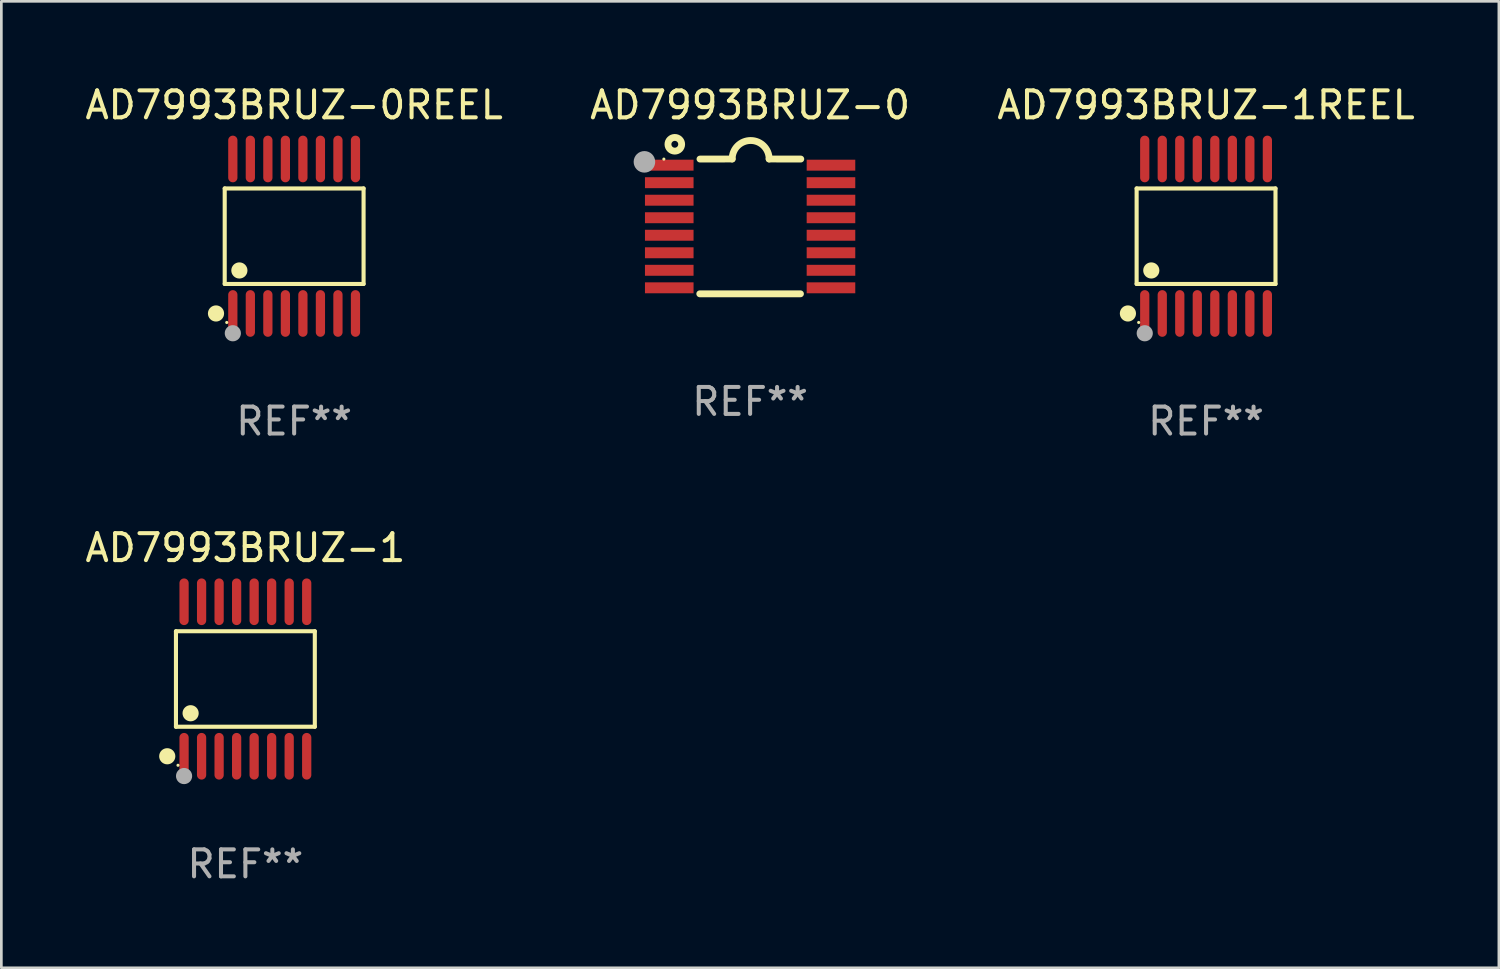
<source format=kicad_pcb>
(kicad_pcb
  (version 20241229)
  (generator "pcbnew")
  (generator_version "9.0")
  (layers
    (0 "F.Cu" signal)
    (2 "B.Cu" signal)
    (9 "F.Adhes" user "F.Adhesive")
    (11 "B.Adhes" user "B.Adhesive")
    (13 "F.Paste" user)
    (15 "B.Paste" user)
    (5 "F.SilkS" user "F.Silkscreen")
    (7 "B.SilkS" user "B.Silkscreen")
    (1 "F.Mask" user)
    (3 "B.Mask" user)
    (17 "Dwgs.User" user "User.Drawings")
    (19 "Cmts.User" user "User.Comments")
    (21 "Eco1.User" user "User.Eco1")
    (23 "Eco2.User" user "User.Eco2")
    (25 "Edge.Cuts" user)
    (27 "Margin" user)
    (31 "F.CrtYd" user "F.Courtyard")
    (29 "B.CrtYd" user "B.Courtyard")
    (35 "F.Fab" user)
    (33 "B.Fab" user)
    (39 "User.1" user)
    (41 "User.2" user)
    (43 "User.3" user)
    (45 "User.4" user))
  (footprint "AD7993BRUZ-1REEL"
    (layer "F.Cu")
    (at 41.696 5.714)
    (property "Reference" "AD7993BRUZ-1REEL" (at 0 -4.866 0) (layer "F.SilkS") (effects (font (size 1 1) (thickness 0.15))))
    (attr through_hole)
    (fp_line (start -2.576 -1.772) (end 2.576 -1.772) (stroke (width 0.152) (type solid)) (layer "F.SilkS"))
    (fp_line (start -2.576 1.771) (end -2.576 -1.772) (stroke (width 0.152) (type solid)) (layer "F.SilkS"))
    (fp_line (start 2.576 -1.772) (end 2.576 1.771) (stroke (width 0.152) (type solid)) (layer "F.SilkS"))
    (fp_line (start 2.576 1.771) (end -2.576 1.771) (stroke (width 0.152) (type solid)) (layer "F.SilkS"))
    (fp_circle (center -2.899 2.866) (end -2.749 2.866) (stroke (width 0.3) (type solid)) (fill no) (layer "F.SilkS"))
    (fp_circle (center -2.5 3.2) (end -2.47 3.2) (stroke (width 0.06) (type solid)) (fill no) (layer "F.SilkS"))
    (fp_circle (center -2.032 1.27) (end -1.882 1.27) (stroke (width 0.3) (type solid)) (fill no) (layer "F.SilkS"))
    (fp_circle (center -2.275 3.6) (end -2.125 3.6) (stroke (width 0.3) (type solid)) (fill no) (layer "F.Fab"))
    (fp_text user "REF**" (at 0 6.866 0) (layer "F.Fab") (effects (font (size 1 1) (thickness 0.15))))
    (pad "1" smd oval (at -2.275 2.866) (size 0.343 1.731) (layers "F.Cu" "F.Mask" "F.Paste"))
    (pad "2" smd oval (at -1.625 2.866) (size 0.343 1.731) (layers "F.Cu" "F.Mask" "F.Paste"))
    (pad "3" smd oval (at -0.975 2.866) (size 0.343 1.731) (layers "F.Cu" "F.Mask" "F.Paste"))
    (pad "4" smd oval (at -0.325 2.866) (size 0.343 1.731) (layers "F.Cu" "F.Mask" "F.Paste"))
    (pad "5" smd oval (at 0.325 2.866) (size 0.343 1.731) (layers "F.Cu" "F.Mask" "F.Paste"))
    (pad "6" smd oval (at 0.975 2.866) (size 0.343 1.731) (layers "F.Cu" "F.Mask" "F.Paste"))
    (pad "7" smd oval (at 1.625 2.866) (size 0.343 1.731) (layers "F.Cu" "F.Mask" "F.Paste"))
    (pad "8" smd oval (at 2.275 2.866) (size 0.343 1.731) (layers "F.Cu" "F.Mask" "F.Paste"))
    (pad "9" smd oval (at 2.275 -2.866) (size 0.343 1.731) (layers "F.Cu" "F.Mask" "F.Paste"))
    (pad "10" smd oval (at 1.625 -2.866) (size 0.343 1.731) (layers "F.Cu" "F.Mask" "F.Paste"))
    (pad "11" smd oval (at 0.975 -2.866) (size 0.343 1.731) (layers "F.Cu" "F.Mask" "F.Paste"))
    (pad "12" smd oval (at 0.325 -2.866) (size 0.343 1.731) (layers "F.Cu" "F.Mask" "F.Paste"))
    (pad "13" smd oval (at -0.325 -2.866) (size 0.343 1.731) (layers "F.Cu" "F.Mask" "F.Paste"))
    (pad "14" smd oval (at -0.975 -2.866) (size 0.343 1.731) (layers "F.Cu" "F.Mask" "F.Paste"))
    (pad "15" smd oval (at -1.625 -2.866) (size 0.343 1.731) (layers "F.Cu" "F.Mask" "F.Paste"))
    (pad "16" smd oval (at -2.275 -2.866) (size 0.343 1.731) (layers "F.Cu" "F.Mask" "F.Paste")))
  (footprint "AD7993BRUZ-1"
    (layer "F.Cu")
    (at 6.054 22.142)
    (property "Reference" "AD7993BRUZ-1" (at 0 -4.866 0) (layer "F.SilkS") (effects (font (size 1 1) (thickness 0.15))))
    (attr through_hole)
    (fp_line (start -2.576 -1.772) (end 2.576 -1.772) (stroke (width 0.152) (type solid)) (layer "F.SilkS"))
    (fp_line (start -2.576 1.771) (end -2.576 -1.772) (stroke (width 0.152) (type solid)) (layer "F.SilkS"))
    (fp_line (start 2.576 -1.772) (end 2.576 1.771) (stroke (width 0.152) (type solid)) (layer "F.SilkS"))
    (fp_line (start 2.576 1.771) (end -2.576 1.771) (stroke (width 0.152) (type solid)) (layer "F.SilkS"))
    (fp_circle (center -2.899 2.866) (end -2.749 2.866) (stroke (width 0.3) (type solid)) (fill no) (layer "F.SilkS"))
    (fp_circle (center -2.5 3.2) (end -2.47 3.2) (stroke (width 0.06) (type solid)) (fill no) (layer "F.SilkS"))
    (fp_circle (center -2.032 1.27) (end -1.882 1.27) (stroke (width 0.3) (type solid)) (fill no) (layer "F.SilkS"))
    (fp_circle (center -2.275 3.6) (end -2.125 3.6) (stroke (width 0.3) (type solid)) (fill no) (layer "F.Fab"))
    (fp_text user "REF**" (at 0 6.866 0) (layer "F.Fab") (effects (font (size 1 1) (thickness 0.15))))
    (pad "1" smd oval (at -2.275 2.866) (size 0.343 1.731) (layers "F.Cu" "F.Mask" "F.Paste"))
    (pad "2" smd oval (at -1.625 2.866) (size 0.343 1.731) (layers "F.Cu" "F.Mask" "F.Paste"))
    (pad "3" smd oval (at -0.975 2.866) (size 0.343 1.731) (layers "F.Cu" "F.Mask" "F.Paste"))
    (pad "4" smd oval (at -0.325 2.866) (size 0.343 1.731) (layers "F.Cu" "F.Mask" "F.Paste"))
    (pad "5" smd oval (at 0.325 2.866) (size 0.343 1.731) (layers "F.Cu" "F.Mask" "F.Paste"))
    (pad "6" smd oval (at 0.975 2.866) (size 0.343 1.731) (layers "F.Cu" "F.Mask" "F.Paste"))
    (pad "7" smd oval (at 1.625 2.866) (size 0.343 1.731) (layers "F.Cu" "F.Mask" "F.Paste"))
    (pad "8" smd oval (at 2.275 2.866) (size 0.343 1.731) (layers "F.Cu" "F.Mask" "F.Paste"))
    (pad "9" smd oval (at 2.275 -2.866) (size 0.343 1.731) (layers "F.Cu" "F.Mask" "F.Paste"))
    (pad "10" smd oval (at 1.625 -2.866) (size 0.343 1.731) (layers "F.Cu" "F.Mask" "F.Paste"))
    (pad "11" smd oval (at 0.975 -2.866) (size 0.343 1.731) (layers "F.Cu" "F.Mask" "F.Paste"))
    (pad "12" smd oval (at 0.325 -2.866) (size 0.343 1.731) (layers "F.Cu" "F.Mask" "F.Paste"))
    (pad "13" smd oval (at -0.325 -2.866) (size 0.343 1.731) (layers "F.Cu" "F.Mask" "F.Paste"))
    (pad "14" smd oval (at -0.975 -2.866) (size 0.343 1.731) (layers "F.Cu" "F.Mask" "F.Paste"))
    (pad "15" smd oval (at -1.625 -2.866) (size 0.343 1.731) (layers "F.Cu" "F.Mask" "F.Paste"))
    (pad "16" smd oval (at -2.275 -2.866) (size 0.343 1.731) (layers "F.Cu" "F.Mask" "F.Paste")))
  (footprint "AD7993BRUZ-0REEL"
    (layer "F.Cu")
    (at 7.863 5.714)
    (property "Reference" "AD7993BRUZ-0REEL" (at 0 -4.866 0) (layer "F.SilkS") (effects (font (size 1 1) (thickness 0.15))))
    (attr through_hole)
    (fp_line (start -2.576 -1.772) (end 2.576 -1.772) (stroke (width 0.152) (type solid)) (layer "F.SilkS"))
    (fp_line (start -2.576 1.771) (end -2.576 -1.772) (stroke (width 0.152) (type solid)) (layer "F.SilkS"))
    (fp_line (start 2.576 -1.772) (end 2.576 1.771) (stroke (width 0.152) (type solid)) (layer "F.SilkS"))
    (fp_line (start 2.576 1.771) (end -2.576 1.771) (stroke (width 0.152) (type solid)) (layer "F.SilkS"))
    (fp_circle (center -2.899 2.866) (end -2.749 2.866) (stroke (width 0.3) (type solid)) (fill no) (layer "F.SilkS"))
    (fp_circle (center -2.5 3.2) (end -2.47 3.2) (stroke (width 0.06) (type solid)) (fill no) (layer "F.SilkS"))
    (fp_circle (center -2.032 1.27) (end -1.882 1.27) (stroke (width 0.3) (type solid)) (fill no) (layer "F.SilkS"))
    (fp_circle (center -2.275 3.6) (end -2.125 3.6) (stroke (width 0.3) (type solid)) (fill no) (layer "F.Fab"))
    (fp_text user "REF**" (at 0 6.866 0) (layer "F.Fab") (effects (font (size 1 1) (thickness 0.15))))
    (pad "1" smd oval (at -2.275 2.866) (size 0.343 1.731) (layers "F.Cu" "F.Mask" "F.Paste"))
    (pad "2" smd oval (at -1.625 2.866) (size 0.343 1.731) (layers "F.Cu" "F.Mask" "F.Paste"))
    (pad "3" smd oval (at -0.975 2.866) (size 0.343 1.731) (layers "F.Cu" "F.Mask" "F.Paste"))
    (pad "4" smd oval (at -0.325 2.866) (size 0.343 1.731) (layers "F.Cu" "F.Mask" "F.Paste"))
    (pad "5" smd oval (at 0.325 2.866) (size 0.343 1.731) (layers "F.Cu" "F.Mask" "F.Paste"))
    (pad "6" smd oval (at 0.975 2.866) (size 0.343 1.731) (layers "F.Cu" "F.Mask" "F.Paste"))
    (pad "7" smd oval (at 1.625 2.866) (size 0.343 1.731) (layers "F.Cu" "F.Mask" "F.Paste"))
    (pad "8" smd oval (at 2.275 2.866) (size 0.343 1.731) (layers "F.Cu" "F.Mask" "F.Paste"))
    (pad "9" smd oval (at 2.275 -2.866) (size 0.343 1.731) (layers "F.Cu" "F.Mask" "F.Paste"))
    (pad "10" smd oval (at 1.625 -2.866) (size 0.343 1.731) (layers "F.Cu" "F.Mask" "F.Paste"))
    (pad "11" smd oval (at 0.975 -2.866) (size 0.343 1.731) (layers "F.Cu" "F.Mask" "F.Paste"))
    (pad "12" smd oval (at 0.325 -2.866) (size 0.343 1.731) (layers "F.Cu" "F.Mask" "F.Paste"))
    (pad "13" smd oval (at -0.325 -2.866) (size 0.343 1.731) (layers "F.Cu" "F.Mask" "F.Paste"))
    (pad "14" smd oval (at -0.975 -2.866) (size 0.343 1.731) (layers "F.Cu" "F.Mask" "F.Paste"))
    (pad "15" smd oval (at -1.625 -2.866) (size 0.343 1.731) (layers "F.Cu" "F.Mask" "F.Paste"))
    (pad "16" smd oval (at -2.275 -2.866) (size 0.343 1.731) (layers "F.Cu" "F.Mask" "F.Paste")))
  (footprint "AD7993BRUZ-0"
    (layer "F.Cu")
    (at 24.78 5.35)
    (property "Reference" "AD7993BRUZ-0" (at 0 -4.501 0) (layer "F.SilkS") (effects (font (size 1 1) (thickness 0.15))))
    (attr through_hole)
    (fp_line (start -1.868 2.501) (end 1.868 2.501) (stroke (width 0.254) (type solid)) (layer "F.SilkS"))
    (fp_line (start -1.86 -2.499) (end -0.666 -2.501) (stroke (width 0.254) (type solid)) (layer "F.SilkS"))
    (fp_line (start 0.706 -2.501) (end 1.88 -2.499) (stroke (width 0.254) (type solid)) (layer "F.SilkS"))
    (fp_arc (start -0.665914 -2.501448) (mid 0.019888 -3.18725) (end 0.70569 -2.501448) (stroke (width 0.254001) (type solid)) (layer "F.SilkS"))
    (fp_circle (center -3.2 -2.497) (end -3.17 -2.497) (stroke (width 0.06) (type solid)) (fill no) (layer "F.SilkS"))
    (fp_circle (center -2.794 -3.047) (end -2.54 -3.047) (stroke (width 0.254) (type solid)) (fill no) (layer "F.SilkS"))
    (fp_circle (center -3.921 -2.395) (end -3.721 -2.395) (stroke (width 0.4) (type solid)) (fill no) (layer "F.Fab"))
    (fp_text user "REF**" (at 0 6.501 0) (layer "F.Fab") (effects (font (size 1 1) (thickness 0.15))))
    (pad "1" smd rect (at -3 -2.272) (size 1.803 0.406) (layers "F.Cu" "F.Mask" "F.Paste"))
    (pad "2" smd rect (at -3 -1.622) (size 1.803 0.406) (layers "F.Cu" "F.Mask" "F.Paste"))
    (pad "3" smd rect (at -3 -0.972) (size 1.803 0.406) (layers "F.Cu" "F.Mask" "F.Paste"))
    (pad "4" smd rect (at -3 -0.322) (size 1.803 0.406) (layers "F.Cu" "F.Mask" "F.Paste"))
    (pad "5" smd rect (at -3 0.328) (size 1.803 0.406) (layers "F.Cu" "F.Mask" "F.Paste"))
    (pad "6" smd rect (at -3 0.978) (size 1.803 0.406) (layers "F.Cu" "F.Mask" "F.Paste"))
    (pad "7" smd rect (at -3 1.628) (size 1.803 0.406) (layers "F.Cu" "F.Mask" "F.Paste"))
    (pad "8" smd rect (at -3 2.278) (size 1.803 0.406) (layers "F.Cu" "F.Mask" "F.Paste"))
    (pad "9" smd rect (at 3 2.278) (size 1.803 0.406) (layers "F.Cu" "F.Mask" "F.Paste"))
    (pad "10" smd rect (at 3 1.628) (size 1.803 0.406) (layers "F.Cu" "F.Mask" "F.Paste"))
    (pad "11" smd rect (at 3 0.978) (size 1.803 0.406) (layers "F.Cu" "F.Mask" "F.Paste"))
    (pad "12" smd rect (at 3 0.328) (size 1.803 0.406) (layers "F.Cu" "F.Mask" "F.Paste"))
    (pad "13" smd rect (at 3 -0.322) (size 1.803 0.406) (layers "F.Cu" "F.Mask" "F.Paste"))
    (pad "14" smd rect (at 3 -0.972) (size 1.803 0.406) (layers "F.Cu" "F.Mask" "F.Paste"))
    (pad "15" smd rect (at 3 -1.622) (size 1.803 0.406) (layers "F.Cu" "F.Mask" "F.Paste"))
    (pad "16" smd rect (at 3 -2.272) (size 1.803 0.406) (layers "F.Cu" "F.Mask" "F.Paste")))
  (gr_rect
    (start -3 -3)
    (end 52.56 32.856)
    (stroke (width 0.1) (type default))
    (fill no)
    (layer "Edge.Cuts")))
</source>
